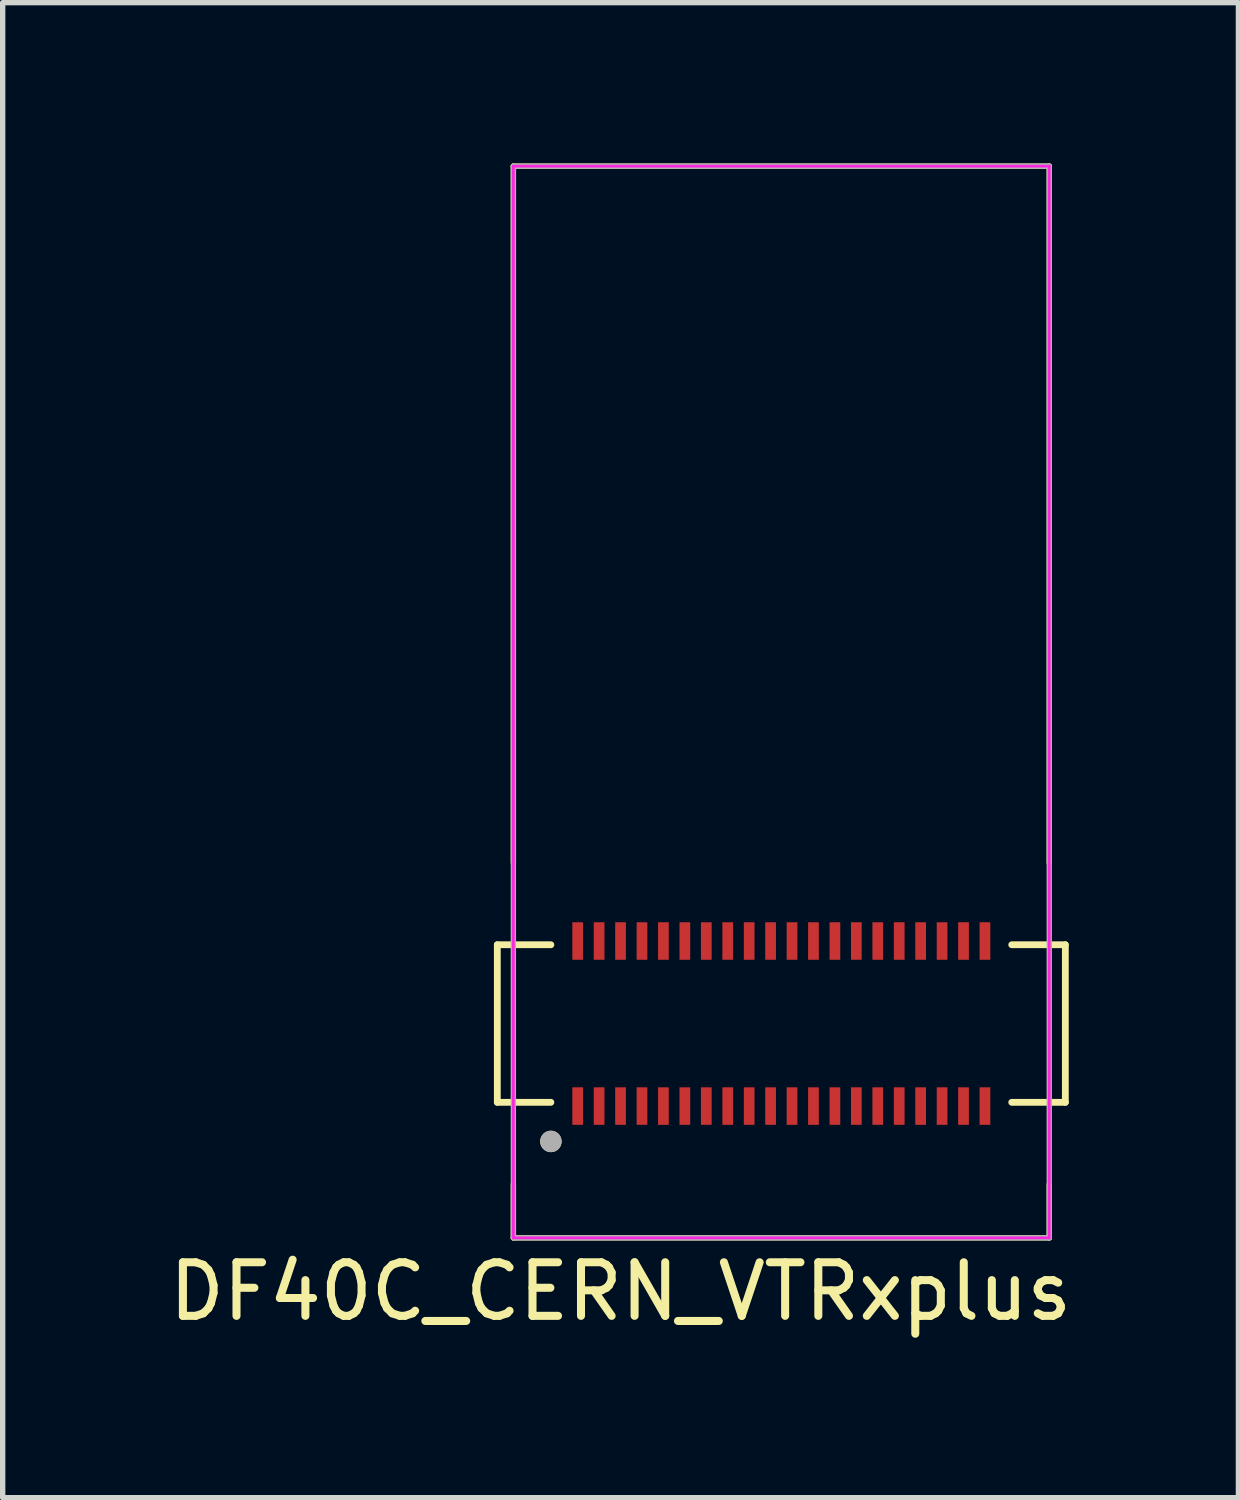
<source format=kicad_pcb>
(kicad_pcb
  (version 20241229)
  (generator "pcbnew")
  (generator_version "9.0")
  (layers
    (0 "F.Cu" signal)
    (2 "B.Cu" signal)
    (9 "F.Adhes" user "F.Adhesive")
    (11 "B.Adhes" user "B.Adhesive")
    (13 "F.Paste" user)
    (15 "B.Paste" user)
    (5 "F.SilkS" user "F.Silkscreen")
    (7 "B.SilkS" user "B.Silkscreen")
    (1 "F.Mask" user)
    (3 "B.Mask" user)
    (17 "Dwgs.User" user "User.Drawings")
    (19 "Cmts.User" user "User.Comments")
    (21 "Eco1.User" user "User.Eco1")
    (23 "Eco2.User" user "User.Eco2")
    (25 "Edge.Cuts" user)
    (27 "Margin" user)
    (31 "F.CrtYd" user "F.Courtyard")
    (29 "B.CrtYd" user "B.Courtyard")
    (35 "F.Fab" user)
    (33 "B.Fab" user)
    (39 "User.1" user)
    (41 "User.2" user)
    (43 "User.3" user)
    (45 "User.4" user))
  (footprint "DF40C_CERN_VTRxplus"
    (layer "F.Cu")
    (at 11.53 16.05)
    (property "Reference" "DF40C_CERN_VTRxplus" (at -3 5 0) (layer "F.SilkS") (effects (font (size 1 1) (thickness 0.15))))
    (attr smd)
    (fp_line (start -5.3 -1.47) (end -4.3 -1.47) (stroke (width 0.127) (type solid)) (layer "F.SilkS"))
    (fp_line (start -5.3 1.47) (end -5.3 -1.47) (stroke (width 0.127) (type solid)) (layer "F.SilkS"))
    (fp_line (start -5.3 1.47) (end -4.3 1.47) (stroke (width 0.127) (type solid)) (layer "F.SilkS"))
    (fp_line (start -5 -16) (end 5 -16) (stroke (width 0.1) (type default)) (layer "F.SilkS"))
    (fp_line (start -5 -3) (end -5 -16) (stroke (width 0.1) (type default)) (layer "F.SilkS"))
    (fp_line (start -5 3) (end -5 4) (stroke (width 0.1) (type default)) (layer "F.SilkS"))
    (fp_line (start -5 4) (end 5 4) (stroke (width 0.1) (type default)) (layer "F.SilkS"))
    (fp_line (start 5 -16) (end 5 -3) (stroke (width 0.1) (type default)) (layer "F.SilkS"))
    (fp_line (start 5 4) (end 5 3) (stroke (width 0.1) (type default)) (layer "F.SilkS"))
    (fp_line (start 5.3 -1.47) (end 4.3 -1.47) (stroke (width 0.127) (type solid)) (layer "F.SilkS"))
    (fp_line (start 5.3 -1.47) (end 5.3 1.47) (stroke (width 0.127) (type solid)) (layer "F.SilkS"))
    (fp_line (start 5.3 1.47) (end 4.3 1.47) (stroke (width 0.127) (type solid)) (layer "F.SilkS"))
    (fp_circle (center -4.3 2.2) (end -4.2 2.2) (stroke (width 0.2) (type solid)) (fill no) (layer "F.SilkS"))
    (fp_line (start -5 -16) (end -5 4) (stroke (width 0.05) (type default)) (layer "F.CrtYd"))
    (fp_line (start -5 4) (end 5 4) (stroke (width 0.05) (type default)) (layer "F.CrtYd"))
    (fp_line (start 5 -16) (end -5 -16) (stroke (width 0.05) (type default)) (layer "F.CrtYd"))
    (fp_line (start 5 4) (end 5 -16) (stroke (width 0.05) (type default)) (layer "F.CrtYd"))
    (fp_line (start -5 -16) (end 5 -16) (stroke (width 0.1) (type default)) (layer "F.Fab"))
    (fp_line (start -5 4) (end -5 -16) (stroke (width 0.1) (type default)) (layer "F.Fab"))
    (fp_line (start 5 -16) (end 5 4) (stroke (width 0.1) (type default)) (layer "F.Fab"))
    (fp_line (start 5 4) (end -5 4) (stroke (width 0.1) (type default)) (layer "F.Fab"))
    (fp_circle (center -4.3 2.2) (end -4.2 2.2) (stroke (width 0.2) (type solid)) (fill no) (layer "F.Fab"))
    (pad "1" smd rect (at -3.8 1.54) (size 0.2 0.7) (layers "F.Cu" "F.Mask" "F.Paste"))
    (pad "2" smd rect (at -3.8 -1.54) (size 0.2 0.7) (layers "F.Cu" "F.Mask" "F.Paste"))
    (pad "3" smd rect (at -3.4 1.54) (size 0.2 0.7) (layers "F.Cu" "F.Mask" "F.Paste"))
    (pad "4" smd rect (at -3.4 -1.54) (size 0.2 0.7) (layers "F.Cu" "F.Mask" "F.Paste"))
    (pad "5" smd rect (at -3 1.54) (size 0.2 0.7) (layers "F.Cu" "F.Mask" "F.Paste"))
    (pad "6" smd rect (at -3 -1.54) (size 0.2 0.7) (layers "F.Cu" "F.Mask" "F.Paste"))
    (pad "7" smd rect (at -2.6 1.54) (size 0.2 0.7) (layers "F.Cu" "F.Mask" "F.Paste"))
    (pad "8" smd rect (at -2.6 -1.54) (size 0.2 0.7) (layers "F.Cu" "F.Mask" "F.Paste"))
    (pad "9" smd rect (at -2.2 1.54) (size 0.2 0.7) (layers "F.Cu" "F.Mask" "F.Paste"))
    (pad "10" smd rect (at -2.2 -1.54) (size 0.2 0.7) (layers "F.Cu" "F.Mask" "F.Paste"))
    (pad "11" smd rect (at -1.8 1.54) (size 0.2 0.7) (layers "F.Cu" "F.Mask" "F.Paste"))
    (pad "12" smd rect (at -1.8 -1.54) (size 0.2 0.7) (layers "F.Cu" "F.Mask" "F.Paste"))
    (pad "13" smd rect (at -1.4 1.54) (size 0.2 0.7) (layers "F.Cu" "F.Mask" "F.Paste"))
    (pad "14" smd rect (at -1.4 -1.54) (size 0.2 0.7) (layers "F.Cu" "F.Mask" "F.Paste"))
    (pad "15" smd rect (at -1 1.54) (size 0.2 0.7) (layers "F.Cu" "F.Mask" "F.Paste"))
    (pad "16" smd rect (at -1 -1.54) (size 0.2 0.7) (layers "F.Cu" "F.Mask" "F.Paste"))
    (pad "17" smd rect (at -0.6 1.54) (size 0.2 0.7) (layers "F.Cu" "F.Mask" "F.Paste"))
    (pad "18" smd rect (at -0.6 -1.54) (size 0.2 0.7) (layers "F.Cu" "F.Mask" "F.Paste"))
    (pad "19" smd rect (at -0.2 1.54) (size 0.2 0.7) (layers "F.Cu" "F.Mask" "F.Paste"))
    (pad "20" smd rect (at -0.2 -1.54) (size 0.2 0.7) (layers "F.Cu" "F.Mask" "F.Paste"))
    (pad "21" smd rect (at 0.2 1.54) (size 0.2 0.7) (layers "F.Cu" "F.Mask" "F.Paste"))
    (pad "22" smd rect (at 0.2 -1.54) (size 0.2 0.7) (layers "F.Cu" "F.Mask" "F.Paste"))
    (pad "23" smd rect (at 0.6 1.54) (size 0.2 0.7) (layers "F.Cu" "F.Mask" "F.Paste"))
    (pad "24" smd rect (at 0.6 -1.54) (size 0.2 0.7) (layers "F.Cu" "F.Mask" "F.Paste"))
    (pad "25" smd rect (at 1 1.54) (size 0.2 0.7) (layers "F.Cu" "F.Mask" "F.Paste"))
    (pad "26" smd rect (at 1 -1.54) (size 0.2 0.7) (layers "F.Cu" "F.Mask" "F.Paste"))
    (pad "27" smd rect (at 1.4 1.54) (size 0.2 0.7) (layers "F.Cu" "F.Mask" "F.Paste"))
    (pad "28" smd rect (at 1.4 -1.54) (size 0.2 0.7) (layers "F.Cu" "F.Mask" "F.Paste"))
    (pad "29" smd rect (at 1.8 1.54) (size 0.2 0.7) (layers "F.Cu" "F.Mask" "F.Paste"))
    (pad "30" smd rect (at 1.8 -1.54) (size 0.2 0.7) (layers "F.Cu" "F.Mask" "F.Paste"))
    (pad "31" smd rect (at 2.2 1.54) (size 0.2 0.7) (layers "F.Cu" "F.Mask" "F.Paste"))
    (pad "32" smd rect (at 2.2 -1.54) (size 0.2 0.7) (layers "F.Cu" "F.Mask" "F.Paste"))
    (pad "33" smd rect (at 2.6 1.54) (size 0.2 0.7) (layers "F.Cu" "F.Mask" "F.Paste"))
    (pad "34" smd rect (at 2.6 -1.54) (size 0.2 0.7) (layers "F.Cu" "F.Mask" "F.Paste"))
    (pad "35" smd rect (at 3 1.54) (size 0.2 0.7) (layers "F.Cu" "F.Mask" "F.Paste"))
    (pad "36" smd rect (at 3 -1.54) (size 0.2 0.7) (layers "F.Cu" "F.Mask" "F.Paste"))
    (pad "37" smd rect (at 3.4 1.54) (size 0.2 0.7) (layers "F.Cu" "F.Mask" "F.Paste"))
    (pad "38" smd rect (at 3.4 -1.54) (size 0.2 0.7) (layers "F.Cu" "F.Mask" "F.Paste"))
    (pad "39" smd rect (at 3.8 1.54) (size 0.2 0.7) (layers "F.Cu" "F.Mask" "F.Paste"))
    (pad "40" smd rect (at 3.8 -1.54) (size 0.2 0.7) (layers "F.Cu" "F.Mask" "F.Paste"))
    (zone (net_name "") (layer "F.Cu") (hatch full 0.508) (connect_pads) (min_thickness 0.01) (filled_areas_thickness no) (keepout (tracks not_allowed) (vias not_allowed) (pads not_allowed) (copperpour not_allowed) (footprints allowed)) (placement (enabled no)) (fill) (polygon (pts (xy 7.63 14.86) (xy 7.83 14.86) (xy 7.83 15.3) (xy 7.63 15.3))))
    (zone (net_name "") (layer "F.Cu") (hatch full 0.508) (connect_pads) (min_thickness 0.01) (filled_areas_thickness no) (keepout (tracks not_allowed) (vias not_allowed) (pads not_allowed) (copperpour not_allowed) (footprints allowed)) (placement (enabled no)) (fill) (polygon (pts (xy 7.63 16.8) (xy 7.83 16.8) (xy 7.83 17.24) (xy 7.63 17.24))))
    (zone (net_name "") (layer "F.Cu") (hatch full 0.508) (connect_pads) (min_thickness 0.01) (filled_areas_thickness no) (keepout (tracks not_allowed) (vias not_allowed) (pads not_allowed) (copperpour not_allowed) (footprints allowed)) (placement (enabled no)) (fill) (polygon (pts (xy 8.03 14.86) (xy 8.23 14.86) (xy 8.23 15.3) (xy 8.03 15.3))))
    (zone (net_name "") (layer "F.Cu") (hatch full 0.508) (connect_pads) (min_thickness 0.01) (filled_areas_thickness no) (keepout (tracks not_allowed) (vias not_allowed) (pads not_allowed) (copperpour not_allowed) (footprints allowed)) (placement (enabled no)) (fill) (polygon (pts (xy 8.03 16.8) (xy 8.23 16.8) (xy 8.23 17.24) (xy 8.03 17.24))))
    (zone (net_name "") (layer "F.Cu") (hatch full 0.508) (connect_pads) (min_thickness 0.01) (filled_areas_thickness no) (keepout (tracks not_allowed) (vias not_allowed) (pads not_allowed) (copperpour not_allowed) (footprints allowed)) (placement (enabled no)) (fill) (polygon (pts (xy 8.43 14.86) (xy 8.63 14.86) (xy 8.63 15.3) (xy 8.43 15.3))))
    (zone (net_name "") (layer "F.Cu") (hatch full 0.508) (connect_pads) (min_thickness 0.01) (filled_areas_thickness no) (keepout (tracks not_allowed) (vias not_allowed) (pads not_allowed) (copperpour not_allowed) (footprints allowed)) (placement (enabled no)) (fill) (polygon (pts (xy 8.43 16.8) (xy 8.63 16.8) (xy 8.63 17.24) (xy 8.43 17.24))))
    (zone (net_name "") (layer "F.Cu") (hatch full 0.508) (connect_pads) (min_thickness 0.01) (filled_areas_thickness no) (keepout (tracks not_allowed) (vias not_allowed) (pads not_allowed) (copperpour not_allowed) (footprints allowed)) (placement (enabled no)) (fill) (polygon (pts (xy 8.83 14.86) (xy 9.03 14.86) (xy 9.03 15.3) (xy 8.83 15.3))))
    (zone (net_name "") (layer "F.Cu") (hatch full 0.508) (connect_pads) (min_thickness 0.01) (filled_areas_thickness no) (keepout (tracks not_allowed) (vias not_allowed) (pads not_allowed) (copperpour not_allowed) (footprints allowed)) (placement (enabled no)) (fill) (polygon (pts (xy 8.83 16.8) (xy 9.03 16.8) (xy 9.03 17.24) (xy 8.83 17.24))))
    (zone (net_name "") (layer "F.Cu") (hatch full 0.508) (connect_pads) (min_thickness 0.01) (filled_areas_thickness no) (keepout (tracks not_allowed) (vias not_allowed) (pads not_allowed) (copperpour not_allowed) (footprints allowed)) (placement (enabled no)) (fill) (polygon (pts (xy 9.23 14.86) (xy 9.43 14.86) (xy 9.43 15.3) (xy 9.23 15.3))))
    (zone (net_name "") (layer "F.Cu") (hatch full 0.508) (connect_pads) (min_thickness 0.01) (filled_areas_thickness no) (keepout (tracks not_allowed) (vias not_allowed) (pads not_allowed) (copperpour not_allowed) (footprints allowed)) (placement (enabled no)) (fill) (polygon (pts (xy 9.23 16.8) (xy 9.43 16.8) (xy 9.43 17.24) (xy 9.23 17.24))))
    (zone (net_name "") (layer "F.Cu") (hatch full 0.508) (connect_pads) (min_thickness 0.01) (filled_areas_thickness no) (keepout (tracks not_allowed) (vias not_allowed) (pads not_allowed) (copperpour not_allowed) (footprints allowed)) (placement (enabled no)) (fill) (polygon (pts (xy 9.63 14.86) (xy 9.83 14.86) (xy 9.83 15.3) (xy 9.63 15.3))))
    (zone (net_name "") (layer "F.Cu") (hatch full 0.508) (connect_pads) (min_thickness 0.01) (filled_areas_thickness no) (keepout (tracks not_allowed) (vias not_allowed) (pads not_allowed) (copperpour not_allowed) (footprints allowed)) (placement (enabled no)) (fill) (polygon (pts (xy 9.63 16.8) (xy 9.83 16.8) (xy 9.83 17.24) (xy 9.63 17.24))))
    (zone (net_name "") (layer "F.Cu") (hatch full 0.508) (connect_pads) (min_thickness 0.01) (filled_areas_thickness no) (keepout (tracks not_allowed) (vias not_allowed) (pads not_allowed) (copperpour not_allowed) (footprints allowed)) (placement (enabled no)) (fill) (polygon (pts (xy 10.03 14.86) (xy 10.23 14.86) (xy 10.23 15.3) (xy 10.03 15.3))))
    (zone (net_name "") (layer "F.Cu") (hatch full 0.508) (connect_pads) (min_thickness 0.01) (filled_areas_thickness no) (keepout (tracks not_allowed) (vias not_allowed) (pads not_allowed) (copperpour not_allowed) (footprints allowed)) (placement (enabled no)) (fill) (polygon (pts (xy 10.03 16.8) (xy 10.23 16.8) (xy 10.23 17.24) (xy 10.03 17.24))))
    (zone (net_name "") (layer "F.Cu") (hatch full 0.508) (connect_pads) (min_thickness 0.01) (filled_areas_thickness no) (keepout (tracks not_allowed) (vias not_allowed) (pads not_allowed) (copperpour not_allowed) (footprints allowed)) (placement (enabled no)) (fill) (polygon (pts (xy 10.43 14.86) (xy 10.63 14.86) (xy 10.63 15.3) (xy 10.43 15.3))))
    (zone (net_name "") (layer "F.Cu") (hatch full 0.508) (connect_pads) (min_thickness 0.01) (filled_areas_thickness no) (keepout (tracks not_allowed) (vias not_allowed) (pads not_allowed) (copperpour not_allowed) (footprints allowed)) (placement (enabled no)) (fill) (polygon (pts (xy 10.43 16.8) (xy 10.63 16.8) (xy 10.63 17.24) (xy 10.43 17.24))))
    (zone (net_name "") (layer "F.Cu") (hatch full 0.508) (connect_pads) (min_thickness 0.01) (filled_areas_thickness no) (keepout (tracks not_allowed) (vias not_allowed) (pads not_allowed) (copperpour not_allowed) (footprints allowed)) (placement (enabled no)) (fill) (polygon (pts (xy 10.83 14.86) (xy 11.03 14.86) (xy 11.03 15.3) (xy 10.83 15.3))))
    (zone (net_name "") (layer "F.Cu") (hatch full 0.508) (connect_pads) (min_thickness 0.01) (filled_areas_thickness no) (keepout (tracks not_allowed) (vias not_allowed) (pads not_allowed) (copperpour not_allowed) (footprints allowed)) (placement (enabled no)) (fill) (polygon (pts (xy 10.83 16.8) (xy 11.03 16.8) (xy 11.03 17.24) (xy 10.83 17.24))))
    (zone (net_name "") (layer "F.Cu") (hatch full 0.508) (connect_pads) (min_thickness 0.01) (filled_areas_thickness no) (keepout (tracks not_allowed) (vias not_allowed) (pads not_allowed) (copperpour not_allowed) (footprints allowed)) (placement (enabled no)) (fill) (polygon (pts (xy 11.23 14.86) (xy 11.43 14.86) (xy 11.43 15.3) (xy 11.23 15.3))))
    (zone (net_name "") (layer "F.Cu") (hatch full 0.508) (connect_pads) (min_thickness 0.01) (filled_areas_thickness no) (keepout (tracks not_allowed) (vias not_allowed) (pads not_allowed) (copperpour not_allowed) (footprints allowed)) (placement (enabled no)) (fill) (polygon (pts (xy 11.23 16.8) (xy 11.43 16.8) (xy 11.43 17.24) (xy 11.23 17.24))))
    (zone (net_name "") (layer "F.Cu") (hatch full 0.508) (connect_pads) (min_thickness 0.01) (filled_areas_thickness no) (keepout (tracks not_allowed) (vias not_allowed) (pads not_allowed) (copperpour not_allowed) (footprints allowed)) (placement (enabled no)) (fill) (polygon (pts (xy 11.63 14.86) (xy 11.83 14.86) (xy 11.83 15.3) (xy 11.63 15.3))))
    (zone (net_name "") (layer "F.Cu") (hatch full 0.508) (connect_pads) (min_thickness 0.01) (filled_areas_thickness no) (keepout (tracks not_allowed) (vias not_allowed) (pads not_allowed) (copperpour not_allowed) (footprints allowed)) (placement (enabled no)) (fill) (polygon (pts (xy 11.63 16.8) (xy 11.83 16.8) (xy 11.83 17.24) (xy 11.63 17.24))))
    (zone (net_name "") (layer "F.Cu") (hatch full 0.508) (connect_pads) (min_thickness 0.01) (filled_areas_thickness no) (keepout (tracks not_allowed) (vias not_allowed) (pads not_allowed) (copperpour not_allowed) (footprints allowed)) (placement (enabled no)) (fill) (polygon (pts (xy 12.03 14.86) (xy 12.23 14.86) (xy 12.23 15.3) (xy 12.03 15.3))))
    (zone (net_name "") (layer "F.Cu") (hatch full 0.508) (connect_pads) (min_thickness 0.01) (filled_areas_thickness no) (keepout (tracks not_allowed) (vias not_allowed) (pads not_allowed) (copperpour not_allowed) (footprints allowed)) (placement (enabled no)) (fill) (polygon (pts (xy 12.03 16.8) (xy 12.23 16.8) (xy 12.23 17.24) (xy 12.03 17.24))))
    (zone (net_name "") (layer "F.Cu") (hatch full 0.508) (connect_pads) (min_thickness 0.01) (filled_areas_thickness no) (keepout (tracks not_allowed) (vias not_allowed) (pads not_allowed) (copperpour not_allowed) (footprints allowed)) (placement (enabled no)) (fill) (polygon (pts (xy 12.43 14.86) (xy 12.63 14.86) (xy 12.63 15.3) (xy 12.43 15.3))))
    (zone (net_name "") (layer "F.Cu") (hatch full 0.508) (connect_pads) (min_thickness 0.01) (filled_areas_thickness no) (keepout (tracks not_allowed) (vias not_allowed) (pads not_allowed) (copperpour not_allowed) (footprints allowed)) (placement (enabled no)) (fill) (polygon (pts (xy 12.43 16.8) (xy 12.63 16.8) (xy 12.63 17.24) (xy 12.43 17.24))))
    (zone (net_name "") (layer "F.Cu") (hatch full 0.508) (connect_pads) (min_thickness 0.01) (filled_areas_thickness no) (keepout (tracks not_allowed) (vias not_allowed) (pads not_allowed) (copperpour not_allowed) (footprints allowed)) (placement (enabled no)) (fill) (polygon (pts (xy 12.83 14.86) (xy 13.03 14.86) (xy 13.03 15.3) (xy 12.83 15.3))))
    (zone (net_name "") (layer "F.Cu") (hatch full 0.508) (connect_pads) (min_thickness 0.01) (filled_areas_thickness no) (keepout (tracks not_allowed) (vias not_allowed) (pads not_allowed) (copperpour not_allowed) (footprints allowed)) (placement (enabled no)) (fill) (polygon (pts (xy 12.83 16.8) (xy 13.03 16.8) (xy 13.03 17.24) (xy 12.83 17.24))))
    (zone (net_name "") (layer "F.Cu") (hatch full 0.508) (connect_pads) (min_thickness 0.01) (filled_areas_thickness no) (keepout (tracks not_allowed) (vias not_allowed) (pads not_allowed) (copperpour not_allowed) (footprints allowed)) (placement (enabled no)) (fill) (polygon (pts (xy 13.23 14.86) (xy 13.43 14.86) (xy 13.43 15.3) (xy 13.23 15.3))))
    (zone (net_name "") (layer "F.Cu") (hatch full 0.508) (connect_pads) (min_thickness 0.01) (filled_areas_thickness no) (keepout (tracks not_allowed) (vias not_allowed) (pads not_allowed) (copperpour not_allowed) (footprints allowed)) (placement (enabled no)) (fill) (polygon (pts (xy 13.23 16.8) (xy 13.43 16.8) (xy 13.43 17.24) (xy 13.23 17.24))))
    (zone (net_name "") (layer "F.Cu") (hatch full 0.508) (connect_pads) (min_thickness 0.01) (filled_areas_thickness no) (keepout (tracks not_allowed) (vias not_allowed) (pads not_allowed) (copperpour not_allowed) (footprints allowed)) (placement (enabled no)) (fill) (polygon (pts (xy 13.63 14.86) (xy 13.83 14.86) (xy 13.83 15.3) (xy 13.63 15.3))))
    (zone (net_name "") (layer "F.Cu") (hatch full 0.508) (connect_pads) (min_thickness 0.01) (filled_areas_thickness no) (keepout (tracks not_allowed) (vias not_allowed) (pads not_allowed) (copperpour not_allowed) (footprints allowed)) (placement (enabled no)) (fill) (polygon (pts (xy 13.63 16.8) (xy 13.83 16.8) (xy 13.83 17.24) (xy 13.63 17.24))))
    (zone (net_name "") (layer "F.Cu") (hatch full 0.508) (connect_pads) (min_thickness 0.01) (filled_areas_thickness no) (keepout (tracks not_allowed) (vias not_allowed) (pads not_allowed) (copperpour not_allowed) (footprints allowed)) (placement (enabled no)) (fill) (polygon (pts (xy 14.03 14.86) (xy 14.23 14.86) (xy 14.23 15.3) (xy 14.03 15.3))))
    (zone (net_name "") (layer "F.Cu") (hatch full 0.508) (connect_pads) (min_thickness 0.01) (filled_areas_thickness no) (keepout (tracks not_allowed) (vias not_allowed) (pads not_allowed) (copperpour not_allowed) (footprints allowed)) (placement (enabled no)) (fill) (polygon (pts (xy 14.03 16.8) (xy 14.23 16.8) (xy 14.23 17.24) (xy 14.03 17.24))))
    (zone (net_name "") (layer "F.Cu") (hatch full 0.508) (connect_pads) (min_thickness 0.01) (filled_areas_thickness no) (keepout (tracks not_allowed) (vias not_allowed) (pads not_allowed) (copperpour not_allowed) (footprints allowed)) (placement (enabled no)) (fill) (polygon (pts (xy 14.43 14.86) (xy 14.63 14.86) (xy 14.63 15.3) (xy 14.43 15.3))))
    (zone (net_name "") (layer "F.Cu") (hatch full 0.508) (connect_pads) (min_thickness 0.01) (filled_areas_thickness no) (keepout (tracks not_allowed) (vias not_allowed) (pads not_allowed) (copperpour not_allowed) (footprints allowed)) (placement (enabled no)) (fill) (polygon (pts (xy 14.43 16.8) (xy 14.63 16.8) (xy 14.63 17.24) (xy 14.43 17.24))))
    (zone (net_name "") (layer "F.Cu") (hatch full 0.508) (connect_pads) (min_thickness 0.01) (filled_areas_thickness no) (keepout (tracks not_allowed) (vias not_allowed) (pads not_allowed) (copperpour not_allowed) (footprints allowed)) (placement (enabled no)) (fill) (polygon (pts (xy 14.83 14.86) (xy 15.03 14.86) (xy 15.03 15.3) (xy 14.83 15.3))))
    (zone (net_name "") (layer "F.Cu") (hatch full 0.508) (connect_pads) (min_thickness 0.01) (filled_areas_thickness no) (keepout (tracks not_allowed) (vias not_allowed) (pads not_allowed) (copperpour not_allowed) (footprints allowed)) (placement (enabled no)) (fill) (polygon (pts (xy 14.83 16.8) (xy 15.03 16.8) (xy 15.03 17.24) (xy 14.83 17.24))))
    (zone (net_name "") (layer "F.Cu") (hatch full 0.508) (connect_pads) (min_thickness 0.01) (filled_areas_thickness no) (keepout (tracks not_allowed) (vias not_allowed) (pads not_allowed) (copperpour not_allowed) (footprints allowed)) (placement (enabled no)) (fill) (polygon (pts (xy 15.23 14.86) (xy 15.43 14.86) (xy 15.43 15.3) (xy 15.23 15.3))))
    (zone (net_name "") (layer "F.Cu") (hatch full 0.508) (connect_pads) (min_thickness 0.01) (filled_areas_thickness no) (keepout (tracks not_allowed) (vias not_allowed) (pads not_allowed) (copperpour not_allowed) (footprints allowed)) (placement (enabled no)) (fill) (polygon (pts (xy 15.23 16.8) (xy 15.43 16.8) (xy 15.43 17.24) (xy 15.23 17.24))))
    (zone (net_name "") (layers "F.Cu" "B.Cu") (hatch full 0.508) (connect_pads) (min_thickness 0.01) (filled_areas_thickness no) (keepout (tracks allowed) (vias not_allowed) (pads allowed) (copperpour allowed) (footprints allowed)) (placement (enabled no)) (fill) (polygon (pts (xy 7.63 14.86) (xy 7.83 14.86) (xy 7.83 15.3) (xy 7.63 15.3))))
    (zone (net_name "") (layers "F.Cu" "B.Cu") (hatch full 0.508) (connect_pads) (min_thickness 0.01) (filled_areas_thickness no) (keepout (tracks allowed) (vias not_allowed) (pads allowed) (copperpour allowed) (footprints allowed)) (placement (enabled no)) (fill) (polygon (pts (xy 7.63 16.8) (xy 7.83 16.8) (xy 7.83 17.24) (xy 7.63 17.24))))
    (zone (net_name "") (layers "F.Cu" "B.Cu") (hatch full 0.508) (connect_pads) (min_thickness 0.01) (filled_areas_thickness no) (keepout (tracks allowed) (vias not_allowed) (pads allowed) (copperpour allowed) (footprints allowed)) (placement (enabled no)) (fill) (polygon (pts (xy 8.03 14.86) (xy 8.23 14.86) (xy 8.23 15.3) (xy 8.03 15.3))))
    (zone (net_name "") (layers "F.Cu" "B.Cu") (hatch full 0.508) (connect_pads) (min_thickness 0.01) (filled_areas_thickness no) (keepout (tracks allowed) (vias not_allowed) (pads allowed) (copperpour allowed) (footprints allowed)) (placement (enabled no)) (fill) (polygon (pts (xy 8.03 16.8) (xy 8.23 16.8) (xy 8.23 17.24) (xy 8.03 17.24))))
    (zone (net_name "") (layers "F.Cu" "B.Cu") (hatch full 0.508) (connect_pads) (min_thickness 0.01) (filled_areas_thickness no) (keepout (tracks allowed) (vias not_allowed) (pads allowed) (copperpour allowed) (footprints allowed)) (placement (enabled no)) (fill) (polygon (pts (xy 8.43 14.86) (xy 8.63 14.86) (xy 8.63 15.3) (xy 8.43 15.3))))
    (zone (net_name "") (layers "F.Cu" "B.Cu") (hatch full 0.508) (connect_pads) (min_thickness 0.01) (filled_areas_thickness no) (keepout (tracks allowed) (vias not_allowed) (pads allowed) (copperpour allowed) (footprints allowed)) (placement (enabled no)) (fill) (polygon (pts (xy 8.43 16.8) (xy 8.63 16.8) (xy 8.63 17.24) (xy 8.43 17.24))))
    (zone (net_name "") (layers "F.Cu" "B.Cu") (hatch full 0.508) (connect_pads) (min_thickness 0.01) (filled_areas_thickness no) (keepout (tracks allowed) (vias not_allowed) (pads allowed) (copperpour allowed) (footprints allowed)) (placement (enabled no)) (fill) (polygon (pts (xy 8.83 14.86) (xy 9.03 14.86) (xy 9.03 15.3) (xy 8.83 15.3))))
    (zone (net_name "") (layers "F.Cu" "B.Cu") (hatch full 0.508) (connect_pads) (min_thickness 0.01) (filled_areas_thickness no) (keepout (tracks allowed) (vias not_allowed) (pads allowed) (copperpour allowed) (footprints allowed)) (placement (enabled no)) (fill) (polygon (pts (xy 8.83 16.8) (xy 9.03 16.8) (xy 9.03 17.24) (xy 8.83 17.24))))
    (zone (net_name "") (layers "F.Cu" "B.Cu") (hatch full 0.508) (connect_pads) (min_thickness 0.01) (filled_areas_thickness no) (keepout (tracks allowed) (vias not_allowed) (pads allowed) (copperpour allowed) (footprints allowed)) (placement (enabled no)) (fill) (polygon (pts (xy 9.23 14.86) (xy 9.43 14.86) (xy 9.43 15.3) (xy 9.23 15.3))))
    (zone (net_name "") (layers "F.Cu" "B.Cu") (hatch full 0.508) (connect_pads) (min_thickness 0.01) (filled_areas_thickness no) (keepout (tracks allowed) (vias not_allowed) (pads allowed) (copperpour allowed) (footprints allowed)) (placement (enabled no)) (fill) (polygon (pts (xy 9.23 16.8) (xy 9.43 16.8) (xy 9.43 17.24) (xy 9.23 17.24))))
    (zone (net_name "") (layers "F.Cu" "B.Cu") (hatch full 0.508) (connect_pads) (min_thickness 0.01) (filled_areas_thickness no) (keepout (tracks allowed) (vias not_allowed) (pads allowed) (copperpour allowed) (footprints allowed)) (placement (enabled no)) (fill) (polygon (pts (xy 9.63 14.86) (xy 9.83 14.86) (xy 9.83 15.3) (xy 9.63 15.3))))
    (zone (net_name "") (layers "F.Cu" "B.Cu") (hatch full 0.508) (connect_pads) (min_thickness 0.01) (filled_areas_thickness no) (keepout (tracks allowed) (vias not_allowed) (pads allowed) (copperpour allowed) (footprints allowed)) (placement (enabled no)) (fill) (polygon (pts (xy 9.63 16.8) (xy 9.83 16.8) (xy 9.83 17.24) (xy 9.63 17.24))))
    (zone (net_name "") (layers "F.Cu" "B.Cu") (hatch full 0.508) (connect_pads) (min_thickness 0.01) (filled_areas_thickness no) (keepout (tracks allowed) (vias not_allowed) (pads allowed) (copperpour allowed) (footprints allowed)) (placement (enabled no)) (fill) (polygon (pts (xy 10.03 14.86) (xy 10.23 14.86) (xy 10.23 15.3) (xy 10.03 15.3))))
    (zone (net_name "") (layers "F.Cu" "B.Cu") (hatch full 0.508) (connect_pads) (min_thickness 0.01) (filled_areas_thickness no) (keepout (tracks allowed) (vias not_allowed) (pads allowed) (copperpour allowed) (footprints allowed)) (placement (enabled no)) (fill) (polygon (pts (xy 10.03 16.8) (xy 10.23 16.8) (xy 10.23 17.24) (xy 10.03 17.24))))
    (zone (net_name "") (layers "F.Cu" "B.Cu") (hatch full 0.508) (connect_pads) (min_thickness 0.01) (filled_areas_thickness no) (keepout (tracks allowed) (vias not_allowed) (pads allowed) (copperpour allowed) (footprints allowed)) (placement (enabled no)) (fill) (polygon (pts (xy 10.43 14.86) (xy 10.63 14.86) (xy 10.63 15.3) (xy 10.43 15.3))))
    (zone (net_name "") (layers "F.Cu" "B.Cu") (hatch full 0.508) (connect_pads) (min_thickness 0.01) (filled_areas_thickness no) (keepout (tracks allowed) (vias not_allowed) (pads allowed) (copperpour allowed) (footprints allowed)) (placement (enabled no)) (fill) (polygon (pts (xy 10.43 16.8) (xy 10.63 16.8) (xy 10.63 17.24) (xy 10.43 17.24))))
    (zone (net_name "") (layers "F.Cu" "B.Cu") (hatch full 0.508) (connect_pads) (min_thickness 0.01) (filled_areas_thickness no) (keepout (tracks allowed) (vias not_allowed) (pads allowed) (copperpour allowed) (footprints allowed)) (placement (enabled no)) (fill) (polygon (pts (xy 10.83 14.86) (xy 11.03 14.86) (xy 11.03 15.3) (xy 10.83 15.3))))
    (zone (net_name "") (layers "F.Cu" "B.Cu") (hatch full 0.508) (connect_pads) (min_thickness 0.01) (filled_areas_thickness no) (keepout (tracks allowed) (vias not_allowed) (pads allowed) (copperpour allowed) (footprints allowed)) (placement (enabled no)) (fill) (polygon (pts (xy 10.83 16.8) (xy 11.03 16.8) (xy 11.03 17.24) (xy 10.83 17.24))))
    (zone (net_name "") (layers "F.Cu" "B.Cu") (hatch full 0.508) (connect_pads) (min_thickness 0.01) (filled_areas_thickness no) (keepout (tracks allowed) (vias not_allowed) (pads allowed) (copperpour allowed) (footprints allowed)) (placement (enabled no)) (fill) (polygon (pts (xy 11.23 14.86) (xy 11.43 14.86) (xy 11.43 15.3) (xy 11.23 15.3))))
    (zone (net_name "") (layers "F.Cu" "B.Cu") (hatch full 0.508) (connect_pads) (min_thickness 0.01) (filled_areas_thickness no) (keepout (tracks allowed) (vias not_allowed) (pads allowed) (copperpour allowed) (footprints allowed)) (placement (enabled no)) (fill) (polygon (pts (xy 11.23 16.8) (xy 11.43 16.8) (xy 11.43 17.24) (xy 11.23 17.24))))
    (zone (net_name "") (layers "F.Cu" "B.Cu") (hatch full 0.508) (connect_pads) (min_thickness 0.01) (filled_areas_thickness no) (keepout (tracks allowed) (vias not_allowed) (pads allowed) (copperpour allowed) (footprints allowed)) (placement (enabled no)) (fill) (polygon (pts (xy 11.63 14.86) (xy 11.83 14.86) (xy 11.83 15.3) (xy 11.63 15.3))))
    (zone (net_name "") (layers "F.Cu" "B.Cu") (hatch full 0.508) (connect_pads) (min_thickness 0.01) (filled_areas_thickness no) (keepout (tracks allowed) (vias not_allowed) (pads allowed) (copperpour allowed) (footprints allowed)) (placement (enabled no)) (fill) (polygon (pts (xy 11.63 16.8) (xy 11.83 16.8) (xy 11.83 17.24) (xy 11.63 17.24))))
    (zone (net_name "") (layers "F.Cu" "B.Cu") (hatch full 0.508) (connect_pads) (min_thickness 0.01) (filled_areas_thickness no) (keepout (tracks allowed) (vias not_allowed) (pads allowed) (copperpour allowed) (footprints allowed)) (placement (enabled no)) (fill) (polygon (pts (xy 12.03 14.86) (xy 12.23 14.86) (xy 12.23 15.3) (xy 12.03 15.3))))
    (zone (net_name "") (layers "F.Cu" "B.Cu") (hatch full 0.508) (connect_pads) (min_thickness 0.01) (filled_areas_thickness no) (keepout (tracks allowed) (vias not_allowed) (pads allowed) (copperpour allowed) (footprints allowed)) (placement (enabled no)) (fill) (polygon (pts (xy 12.03 16.8) (xy 12.23 16.8) (xy 12.23 17.24) (xy 12.03 17.24))))
    (zone (net_name "") (layers "F.Cu" "B.Cu") (hatch full 0.508) (connect_pads) (min_thickness 0.01) (filled_areas_thickness no) (keepout (tracks allowed) (vias not_allowed) (pads allowed) (copperpour allowed) (footprints allowed)) (placement (enabled no)) (fill) (polygon (pts (xy 12.43 14.86) (xy 12.63 14.86) (xy 12.63 15.3) (xy 12.43 15.3))))
    (zone (net_name "") (layers "F.Cu" "B.Cu") (hatch full 0.508) (connect_pads) (min_thickness 0.01) (filled_areas_thickness no) (keepout (tracks allowed) (vias not_allowed) (pads allowed) (copperpour allowed) (footprints allowed)) (placement (enabled no)) (fill) (polygon (pts (xy 12.43 16.8) (xy 12.63 16.8) (xy 12.63 17.24) (xy 12.43 17.24))))
    (zone (net_name "") (layers "F.Cu" "B.Cu") (hatch full 0.508) (connect_pads) (min_thickness 0.01) (filled_areas_thickness no) (keepout (tracks allowed) (vias not_allowed) (pads allowed) (copperpour allowed) (footprints allowed)) (placement (enabled no)) (fill) (polygon (pts (xy 12.83 14.86) (xy 13.03 14.86) (xy 13.03 15.3) (xy 12.83 15.3))))
    (zone (net_name "") (layers "F.Cu" "B.Cu") (hatch full 0.508) (connect_pads) (min_thickness 0.01) (filled_areas_thickness no) (keepout (tracks allowed) (vias not_allowed) (pads allowed) (copperpour allowed) (footprints allowed)) (placement (enabled no)) (fill) (polygon (pts (xy 12.83 16.8) (xy 13.03 16.8) (xy 13.03 17.24) (xy 12.83 17.24))))
    (zone (net_name "") (layers "F.Cu" "B.Cu") (hatch full 0.508) (connect_pads) (min_thickness 0.01) (filled_areas_thickness no) (keepout (tracks allowed) (vias not_allowed) (pads allowed) (copperpour allowed) (footprints allowed)) (placement (enabled no)) (fill) (polygon (pts (xy 13.23 14.86) (xy 13.43 14.86) (xy 13.43 15.3) (xy 13.23 15.3))))
    (zone (net_name "") (layers "F.Cu" "B.Cu") (hatch full 0.508) (connect_pads) (min_thickness 0.01) (filled_areas_thickness no) (keepout (tracks allowed) (vias not_allowed) (pads allowed) (copperpour allowed) (footprints allowed)) (placement (enabled no)) (fill) (polygon (pts (xy 13.23 16.8) (xy 13.43 16.8) (xy 13.43 17.24) (xy 13.23 17.24))))
    (zone (net_name "") (layers "F.Cu" "B.Cu") (hatch full 0.508) (connect_pads) (min_thickness 0.01) (filled_areas_thickness no) (keepout (tracks allowed) (vias not_allowed) (pads allowed) (copperpour allowed) (footprints allowed)) (placement (enabled no)) (fill) (polygon (pts (xy 13.63 14.86) (xy 13.83 14.86) (xy 13.83 15.3) (xy 13.63 15.3))))
    (zone (net_name "") (layers "F.Cu" "B.Cu") (hatch full 0.508) (connect_pads) (min_thickness 0.01) (filled_areas_thickness no) (keepout (tracks allowed) (vias not_allowed) (pads allowed) (copperpour allowed) (footprints allowed)) (placement (enabled no)) (fill) (polygon (pts (xy 13.63 16.8) (xy 13.83 16.8) (xy 13.83 17.24) (xy 13.63 17.24))))
    (zone (net_name "") (layers "F.Cu" "B.Cu") (hatch full 0.508) (connect_pads) (min_thickness 0.01) (filled_areas_thickness no) (keepout (tracks allowed) (vias not_allowed) (pads allowed) (copperpour allowed) (footprints allowed)) (placement (enabled no)) (fill) (polygon (pts (xy 14.03 14.86) (xy 14.23 14.86) (xy 14.23 15.3) (xy 14.03 15.3))))
    (zone (net_name "") (layers "F.Cu" "B.Cu") (hatch full 0.508) (connect_pads) (min_thickness 0.01) (filled_areas_thickness no) (keepout (tracks allowed) (vias not_allowed) (pads allowed) (copperpour allowed) (footprints allowed)) (placement (enabled no)) (fill) (polygon (pts (xy 14.03 16.8) (xy 14.23 16.8) (xy 14.23 17.24) (xy 14.03 17.24))))
    (zone (net_name "") (layers "F.Cu" "B.Cu") (hatch full 0.508) (connect_pads) (min_thickness 0.01) (filled_areas_thickness no) (keepout (tracks allowed) (vias not_allowed) (pads allowed) (copperpour allowed) (footprints allowed)) (placement (enabled no)) (fill) (polygon (pts (xy 14.43 14.86) (xy 14.63 14.86) (xy 14.63 15.3) (xy 14.43 15.3))))
    (zone (net_name "") (layers "F.Cu" "B.Cu") (hatch full 0.508) (connect_pads) (min_thickness 0.01) (filled_areas_thickness no) (keepout (tracks allowed) (vias not_allowed) (pads allowed) (copperpour allowed) (footprints allowed)) (placement (enabled no)) (fill) (polygon (pts (xy 14.43 16.8) (xy 14.63 16.8) (xy 14.63 17.24) (xy 14.43 17.24))))
    (zone (net_name "") (layers "F.Cu" "B.Cu") (hatch full 0.508) (connect_pads) (min_thickness 0.01) (filled_areas_thickness no) (keepout (tracks allowed) (vias not_allowed) (pads allowed) (copperpour allowed) (footprints allowed)) (placement (enabled no)) (fill) (polygon (pts (xy 14.83 14.86) (xy 15.03 14.86) (xy 15.03 15.3) (xy 14.83 15.3))))
    (zone (net_name "") (layers "F.Cu" "B.Cu") (hatch full 0.508) (connect_pads) (min_thickness 0.01) (filled_areas_thickness no) (keepout (tracks allowed) (vias not_allowed) (pads allowed) (copperpour allowed) (footprints allowed)) (placement (enabled no)) (fill) (polygon (pts (xy 14.83 16.8) (xy 15.03 16.8) (xy 15.03 17.24) (xy 14.83 17.24))))
    (zone (net_name "") (layers "F.Cu" "B.Cu") (hatch full 0.508) (connect_pads) (min_thickness 0.01) (filled_areas_thickness no) (keepout (tracks allowed) (vias not_allowed) (pads allowed) (copperpour allowed) (footprints allowed)) (placement (enabled no)) (fill) (polygon (pts (xy 15.23 14.86) (xy 15.43 14.86) (xy 15.43 15.3) (xy 15.23 15.3))))
    (zone (net_name "") (layers "F.Cu" "B.Cu") (hatch full 0.508) (connect_pads) (min_thickness 0.01) (filled_areas_thickness no) (keepout (tracks allowed) (vias not_allowed) (pads allowed) (copperpour allowed) (footprints allowed)) (placement (enabled no)) (fill) (polygon (pts (xy 15.23 16.8) (xy 15.43 16.8) (xy 15.43 17.24) (xy 15.23 17.24)))))
  (gr_rect
    (start -3 -3)
    (end 20.06 24.898)
    (stroke (width 0.1) (type default))
    (fill no)
    (layer "Edge.Cuts")))
</source>
